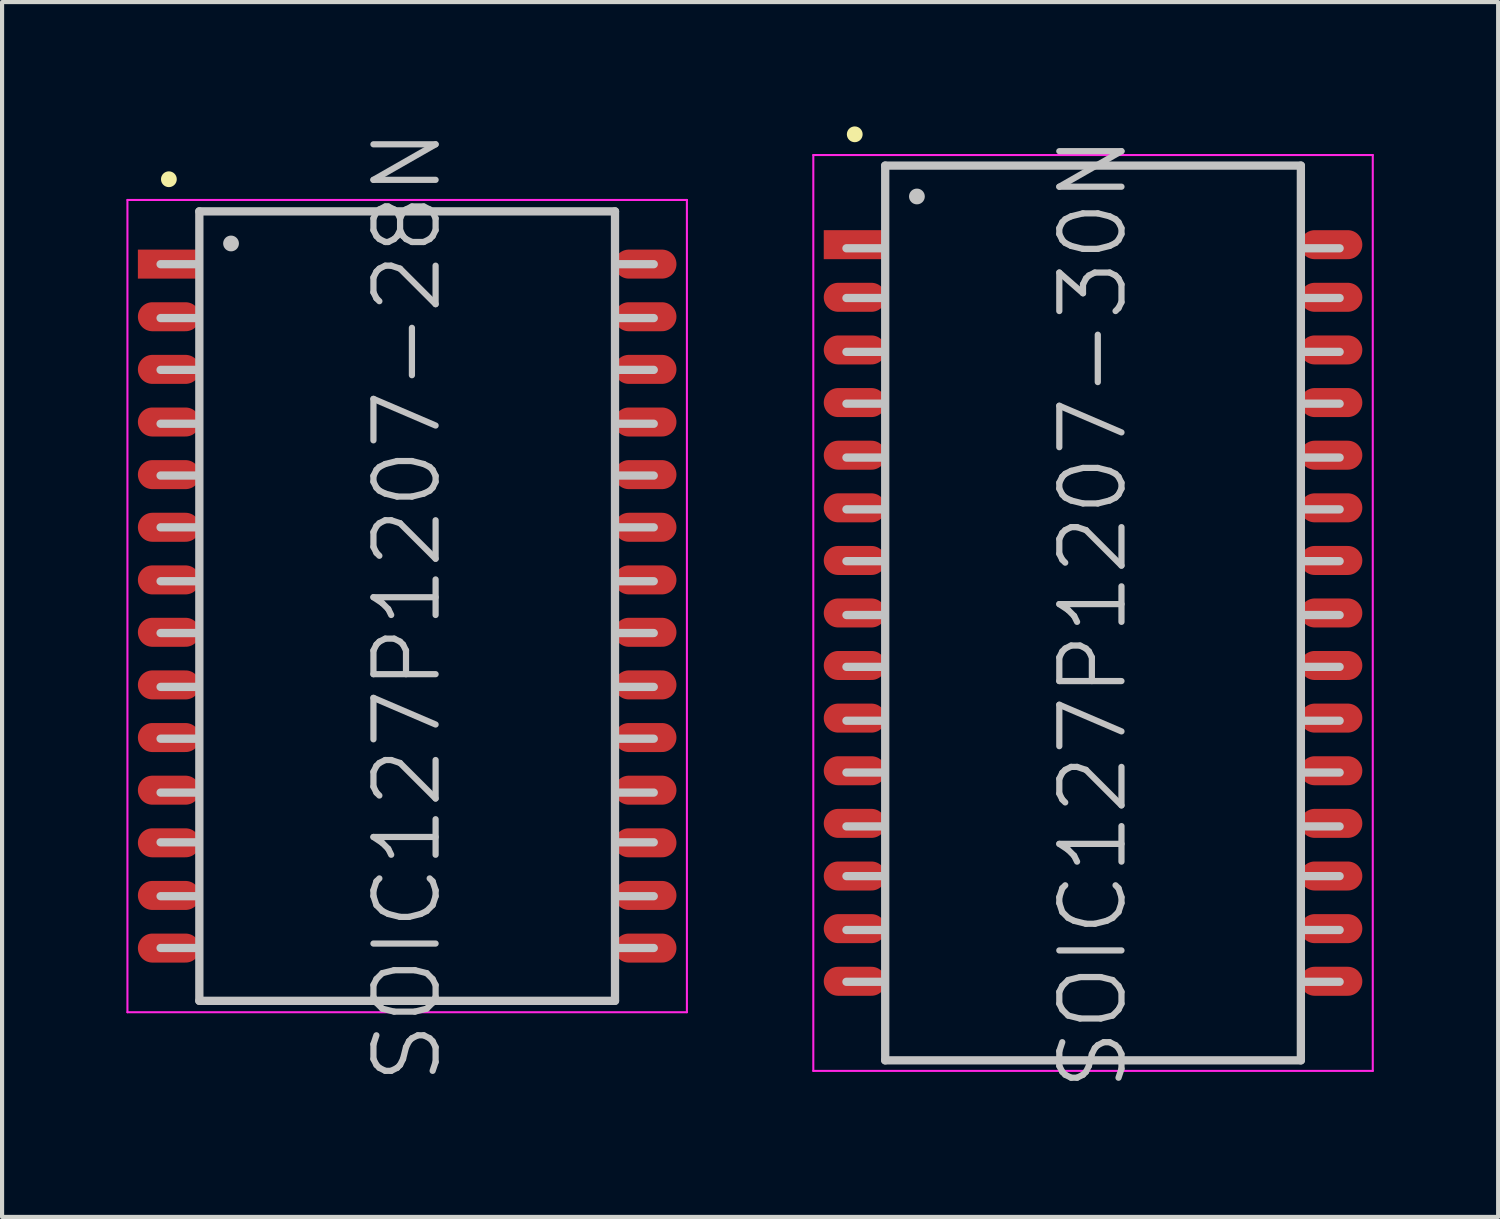
<source format=kicad_pcb>
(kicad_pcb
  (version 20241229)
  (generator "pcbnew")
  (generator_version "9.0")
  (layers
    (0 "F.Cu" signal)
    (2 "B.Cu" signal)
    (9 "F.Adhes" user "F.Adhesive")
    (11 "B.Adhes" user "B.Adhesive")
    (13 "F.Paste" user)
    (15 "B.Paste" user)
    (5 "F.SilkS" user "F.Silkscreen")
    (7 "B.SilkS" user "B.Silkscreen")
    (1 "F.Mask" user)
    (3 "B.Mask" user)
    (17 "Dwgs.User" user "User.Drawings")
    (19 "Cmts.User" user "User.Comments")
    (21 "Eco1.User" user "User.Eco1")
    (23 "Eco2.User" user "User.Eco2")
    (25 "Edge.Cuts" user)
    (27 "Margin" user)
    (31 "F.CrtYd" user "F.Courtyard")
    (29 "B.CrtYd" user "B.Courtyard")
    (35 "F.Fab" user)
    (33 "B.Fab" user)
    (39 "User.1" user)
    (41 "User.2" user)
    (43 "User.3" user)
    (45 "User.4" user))
  (footprint "SOIC127P1207-30N"
    (layer "F.Cu")
    (at 23.325 11.741)
    (property "Reference" "SOIC127P1207-30N" (at 0 0 90) (layer "Dwgs.User") (effects (font (size 1.5 1.5) (thickness 0.15))))
    (attr smd)
    (fp_line (start -5.75 -11.55) (end -5.75 -11.55) (stroke (width 0.381) (type solid)) (layer "F.SilkS"))
    (fp_line (start -5.05 -8.8) (end -5.95 -8.8) (stroke (width 0.2) (type solid)) (layer "Dwgs.User"))
    (fp_line (start -5.05 -7.6) (end -5.95 -7.6) (stroke (width 0.2) (type solid)) (layer "Dwgs.User"))
    (fp_line (start -5.05 -6.3) (end -5.95 -6.3) (stroke (width 0.2) (type solid)) (layer "Dwgs.User"))
    (fp_line (start -5.05 -5.05) (end -5.95 -5.05) (stroke (width 0.2) (type solid)) (layer "Dwgs.User"))
    (fp_line (start -5.05 -3.75) (end -5.95 -3.75) (stroke (width 0.2) (type solid)) (layer "Dwgs.User"))
    (fp_line (start -5.05 -2.5) (end -5.95 -2.5) (stroke (width 0.2) (type solid)) (layer "Dwgs.User"))
    (fp_line (start -5.05 -1.25) (end -5.95 -1.25) (stroke (width 0.2) (type solid)) (layer "Dwgs.User"))
    (fp_line (start -5.05 0.05) (end -5.95 0.05) (stroke (width 0.2) (type solid)) (layer "Dwgs.User"))
    (fp_line (start -5.05 1.3) (end -5.95 1.3) (stroke (width 0.2) (type solid)) (layer "Dwgs.User"))
    (fp_line (start -5.05 2.6) (end -5.95 2.6) (stroke (width 0.2) (type solid)) (layer "Dwgs.User"))
    (fp_line (start -5.05 3.85) (end -5.95 3.85) (stroke (width 0.2) (type solid)) (layer "Dwgs.User"))
    (fp_line (start -5.05 5.15) (end -5.95 5.15) (stroke (width 0.2) (type solid)) (layer "Dwgs.User"))
    (fp_line (start -5.05 6.35) (end -5.95 6.35) (stroke (width 0.2) (type solid)) (layer "Dwgs.User"))
    (fp_line (start -5.05 7.65) (end -5.95 7.65) (stroke (width 0.2) (type solid)) (layer "Dwgs.User"))
    (fp_line (start -5.05 8.9) (end -5.95 8.9) (stroke (width 0.2) (type solid)) (layer "Dwgs.User"))
    (fp_line (start -5.015 -10.795) (end -5.015 10.795) (stroke (width 0.2) (type solid)) (layer "Dwgs.User"))
    (fp_line (start -5.015 -10.795) (end 5.015 -10.795) (stroke (width 0.2) (type solid)) (layer "Dwgs.User"))
    (fp_line (start -5.015 10.795) (end 5.015 10.795) (stroke (width 0.2) (type solid)) (layer "Dwgs.User"))
    (fp_line (start -4.25 -10.05) (end -4.25 -10.05) (stroke (width 0.381) (type solid)) (layer "Dwgs.User"))
    (fp_line (start 5.015 -10.795) (end 5.015 10.795) (stroke (width 0.2) (type solid)) (layer "Dwgs.User"))
    (fp_line (start 5.95 -8.8) (end 5.05 -8.8) (stroke (width 0.2) (type solid)) (layer "Dwgs.User"))
    (fp_line (start 5.95 -7.6) (end 5.05 -7.6) (stroke (width 0.2) (type solid)) (layer "Dwgs.User"))
    (fp_line (start 5.95 -6.3) (end 5.05 -6.3) (stroke (width 0.2) (type solid)) (layer "Dwgs.User"))
    (fp_line (start 5.95 -5.05) (end 5.05 -5.05) (stroke (width 0.2) (type solid)) (layer "Dwgs.User"))
    (fp_line (start 5.95 -3.75) (end 5.05 -3.75) (stroke (width 0.2) (type solid)) (layer "Dwgs.User"))
    (fp_line (start 5.95 -2.5) (end 5.05 -2.5) (stroke (width 0.2) (type solid)) (layer "Dwgs.User"))
    (fp_line (start 5.95 -1.25) (end 5.05 -1.25) (stroke (width 0.2) (type solid)) (layer "Dwgs.User"))
    (fp_line (start 5.95 0.05) (end 5.05 0.05) (stroke (width 0.2) (type solid)) (layer "Dwgs.User"))
    (fp_line (start 5.95 1.3) (end 5.05 1.3) (stroke (width 0.2) (type solid)) (layer "Dwgs.User"))
    (fp_line (start 5.95 2.6) (end 5.05 2.6) (stroke (width 0.2) (type solid)) (layer "Dwgs.User"))
    (fp_line (start 5.95 3.85) (end 5.05 3.85) (stroke (width 0.2) (type solid)) (layer "Dwgs.User"))
    (fp_line (start 5.95 5.15) (end 5.05 5.15) (stroke (width 0.2) (type solid)) (layer "Dwgs.User"))
    (fp_line (start 5.95 6.35) (end 5.05 6.35) (stroke (width 0.2) (type solid)) (layer "Dwgs.User"))
    (fp_line (start 5.95 7.65) (end 5.05 7.65) (stroke (width 0.2) (type solid)) (layer "Dwgs.User"))
    (fp_line (start 5.95 8.9) (end 5.05 8.9) (stroke (width 0.2) (type solid)) (layer "Dwgs.User"))
    (fp_line (start -6.75 -11.05) (end -6.75 11.05) (stroke (width 0.05) (type solid)) (layer "F.CrtYd"))
    (fp_line (start -6.75 -11.05) (end 6.75 -11.05) (stroke (width 0.05) (type solid)) (layer "F.CrtYd"))
    (fp_line (start -6.75 11.05) (end 6.75 11.05) (stroke (width 0.05) (type solid)) (layer "F.CrtYd"))
    (fp_line (start 6.75 -11.05) (end 6.75 11.05) (stroke (width 0.05) (type solid)) (layer "F.CrtYd"))
    (pad "1" smd rect (at -5.748 -8.887 90) (size 0.7 1.5) (layers "F.Cu" "F.Mask" "F.Paste"))
    (pad "2" smd oval (at -5.748 -7.617 90) (size 0.7 1.5) (layers "F.Cu" "F.Mask" "F.Paste"))
    (pad "3" smd oval (at -5.748 -6.347 90) (size 0.7 1.5) (layers "F.Cu" "F.Mask" "F.Paste"))
    (pad "4" smd oval (at -5.748 -5.077 90) (size 0.7 1.5) (layers "F.Cu" "F.Mask" "F.Paste"))
    (pad "5" smd oval (at -5.748 -3.807 90) (size 0.7 1.5) (layers "F.Cu" "F.Mask" "F.Paste"))
    (pad "6" smd oval (at -5.748 -2.537 90) (size 0.7 1.5) (layers "F.Cu" "F.Mask" "F.Paste"))
    (pad "7" smd oval (at -5.748 -1.267 90) (size 0.7 1.5) (layers "F.Cu" "F.Mask" "F.Paste"))
    (pad "8" smd oval (at -5.748 0 90) (size 0.7 1.5) (layers "F.Cu" "F.Mask" "F.Paste"))
    (pad "9" smd oval (at -5.748 1.267 90) (size 0.7 1.5) (layers "F.Cu" "F.Mask" "F.Paste"))
    (pad "10" smd oval (at -5.748 2.537 90) (size 0.7 1.5) (layers "F.Cu" "F.Mask" "F.Paste"))
    (pad "11" smd oval (at -5.748 3.807 90) (size 0.7 1.5) (layers "F.Cu" "F.Mask" "F.Paste"))
    (pad "12" smd oval (at -5.748 5.077 90) (size 0.7 1.5) (layers "F.Cu" "F.Mask" "F.Paste"))
    (pad "13" smd oval (at -5.748 6.347 90) (size 0.7 1.5) (layers "F.Cu" "F.Mask" "F.Paste"))
    (pad "14" smd oval (at -5.748 7.617 90) (size 0.7 1.5) (layers "F.Cu" "F.Mask" "F.Paste"))
    (pad "15" smd oval (at -5.748 8.887 90) (size 0.7 1.5) (layers "F.Cu" "F.Mask" "F.Paste"))
    (pad "16" smd oval (at 5.748 8.887 270) (size 0.7 1.5) (layers "F.Cu" "F.Mask" "F.Paste"))
    (pad "17" smd oval (at 5.748 7.617 270) (size 0.7 1.5) (layers "F.Cu" "F.Mask" "F.Paste"))
    (pad "18" smd oval (at 5.748 6.347 270) (size 0.7 1.5) (layers "F.Cu" "F.Mask" "F.Paste"))
    (pad "19" smd oval (at 5.748 5.077 270) (size 0.7 1.5) (layers "F.Cu" "F.Mask" "F.Paste"))
    (pad "20" smd oval (at 5.748 3.807 270) (size 0.7 1.5) (layers "F.Cu" "F.Mask" "F.Paste"))
    (pad "21" smd oval (at 5.748 2.537 270) (size 0.7 1.5) (layers "F.Cu" "F.Mask" "F.Paste"))
    (pad "22" smd oval (at 5.748 1.267 270) (size 0.7 1.5) (layers "F.Cu" "F.Mask" "F.Paste"))
    (pad "23" smd oval (at 5.748 0 270) (size 0.7 1.5) (layers "F.Cu" "F.Mask" "F.Paste"))
    (pad "24" smd oval (at 5.748 -1.267 270) (size 0.7 1.5) (layers "F.Cu" "F.Mask" "F.Paste"))
    (pad "25" smd oval (at 5.748 -2.537 270) (size 0.7 1.5) (layers "F.Cu" "F.Mask" "F.Paste"))
    (pad "26" smd oval (at 5.748 -3.807 270) (size 0.7 1.5) (layers "F.Cu" "F.Mask" "F.Paste"))
    (pad "27" smd oval (at 5.748 -5.077 270) (size 0.7 1.5) (layers "F.Cu" "F.Mask" "F.Paste"))
    (pad "28" smd oval (at 5.748 -6.347 270) (size 0.7 1.5) (layers "F.Cu" "F.Mask" "F.Paste"))
    (pad "29" smd oval (at 5.748 -7.617 270) (size 0.7 1.5) (layers "F.Cu" "F.Mask" "F.Paste"))
    (pad "30" smd oval (at 5.748 -8.887 270) (size 0.7 1.5) (layers "F.Cu" "F.Mask" "F.Paste")))
  (footprint "SOIC127P1207-28N"
    (layer "F.Cu")
    (at 6.775 11.575)
    (property "Reference" "SOIC127P1207-28N" (at 0 0 90) (layer "Dwgs.User") (effects (font (size 1.5 1.5) (thickness 0.15))))
    (attr smd)
    (fp_line (start -5.75 -10.3) (end -5.75 -10.3) (stroke (width 0.381) (type solid)) (layer "F.SilkS"))
    (fp_line (start -5.05 -8.25) (end -5.95 -8.25) (stroke (width 0.2) (type solid)) (layer "Dwgs.User"))
    (fp_line (start -5.05 -6.95) (end -5.95 -6.95) (stroke (width 0.2) (type solid)) (layer "Dwgs.User"))
    (fp_line (start -5.05 -5.7) (end -5.95 -5.7) (stroke (width 0.2) (type solid)) (layer "Dwgs.User"))
    (fp_line (start -5.05 -4.4) (end -5.95 -4.4) (stroke (width 0.2) (type solid)) (layer "Dwgs.User"))
    (fp_line (start -5.05 -3.15) (end -5.95 -3.15) (stroke (width 0.2) (type solid)) (layer "Dwgs.User"))
    (fp_line (start -5.05 -1.9) (end -5.95 -1.9) (stroke (width 0.2) (type solid)) (layer "Dwgs.User"))
    (fp_line (start -5.05 -0.6) (end -5.95 -0.6) (stroke (width 0.2) (type solid)) (layer "Dwgs.User"))
    (fp_line (start -5.05 0.65) (end -5.95 0.65) (stroke (width 0.2) (type solid)) (layer "Dwgs.User"))
    (fp_line (start -5.05 1.95) (end -5.95 1.95) (stroke (width 0.2) (type solid)) (layer "Dwgs.User"))
    (fp_line (start -5.05 3.2) (end -5.95 3.2) (stroke (width 0.2) (type solid)) (layer "Dwgs.User"))
    (fp_line (start -5.05 4.5) (end -5.95 4.5) (stroke (width 0.2) (type solid)) (layer "Dwgs.User"))
    (fp_line (start -5.05 5.7) (end -5.95 5.7) (stroke (width 0.2) (type solid)) (layer "Dwgs.User"))
    (fp_line (start -5.05 7) (end -5.95 7) (stroke (width 0.2) (type solid)) (layer "Dwgs.User"))
    (fp_line (start -5.05 8.25) (end -5.95 8.25) (stroke (width 0.2) (type solid)) (layer "Dwgs.User"))
    (fp_line (start -5.015 -9.525) (end -5.015 9.525) (stroke (width 0.2) (type solid)) (layer "Dwgs.User"))
    (fp_line (start -5.015 -9.525) (end 5.015 -9.525) (stroke (width 0.2) (type solid)) (layer "Dwgs.User"))
    (fp_line (start -5.015 9.525) (end 5.015 9.525) (stroke (width 0.2) (type solid)) (layer "Dwgs.User"))
    (fp_line (start -4.25 -8.75) (end -4.25 -8.75) (stroke (width 0.381) (type solid)) (layer "Dwgs.User"))
    (fp_line (start 5.015 -9.525) (end 5.015 9.525) (stroke (width 0.2) (type solid)) (layer "Dwgs.User"))
    (fp_line (start 5.95 -8.25) (end 5.05 -8.25) (stroke (width 0.2) (type solid)) (layer "Dwgs.User"))
    (fp_line (start 5.95 -6.95) (end 5.05 -6.95) (stroke (width 0.2) (type solid)) (layer "Dwgs.User"))
    (fp_line (start 5.95 -5.7) (end 5.05 -5.7) (stroke (width 0.2) (type solid)) (layer "Dwgs.User"))
    (fp_line (start 5.95 -4.4) (end 5.05 -4.4) (stroke (width 0.2) (type solid)) (layer "Dwgs.User"))
    (fp_line (start 5.95 -3.15) (end 5.05 -3.15) (stroke (width 0.2) (type solid)) (layer "Dwgs.User"))
    (fp_line (start 5.95 -1.9) (end 5.05 -1.9) (stroke (width 0.2) (type solid)) (layer "Dwgs.User"))
    (fp_line (start 5.95 -0.6) (end 5.05 -0.6) (stroke (width 0.2) (type solid)) (layer "Dwgs.User"))
    (fp_line (start 5.95 0.65) (end 5.05 0.65) (stroke (width 0.2) (type solid)) (layer "Dwgs.User"))
    (fp_line (start 5.95 1.95) (end 5.05 1.95) (stroke (width 0.2) (type solid)) (layer "Dwgs.User"))
    (fp_line (start 5.95 3.2) (end 5.05 3.2) (stroke (width 0.2) (type solid)) (layer "Dwgs.User"))
    (fp_line (start 5.95 4.5) (end 5.05 4.5) (stroke (width 0.2) (type solid)) (layer "Dwgs.User"))
    (fp_line (start 5.95 5.7) (end 5.05 5.7) (stroke (width 0.2) (type solid)) (layer "Dwgs.User"))
    (fp_line (start 5.95 7) (end 5.05 7) (stroke (width 0.2) (type solid)) (layer "Dwgs.User"))
    (fp_line (start 5.95 8.25) (end 5.05 8.25) (stroke (width 0.2) (type solid)) (layer "Dwgs.User"))
    (fp_line (start -6.75 -9.8) (end -6.75 9.8) (stroke (width 0.05) (type solid)) (layer "F.CrtYd"))
    (fp_line (start -6.75 -9.8) (end 6.75 -9.8) (stroke (width 0.05) (type solid)) (layer "F.CrtYd"))
    (fp_line (start -6.75 9.8) (end 6.75 9.8) (stroke (width 0.05) (type solid)) (layer "F.CrtYd"))
    (fp_line (start 6.75 -9.8) (end 6.75 9.8) (stroke (width 0.05) (type solid)) (layer "F.CrtYd"))
    (pad "1" smd rect (at -5.748 -8.252 90) (size 0.7 1.5) (layers "F.Cu" "F.Mask" "F.Paste"))
    (pad "2" smd oval (at -5.748 -6.982 90) (size 0.7 1.5) (layers "F.Cu" "F.Mask" "F.Paste"))
    (pad "3" smd oval (at -5.748 -5.712 90) (size 0.7 1.5) (layers "F.Cu" "F.Mask" "F.Paste"))
    (pad "4" smd oval (at -5.748 -4.442 90) (size 0.7 1.5) (layers "F.Cu" "F.Mask" "F.Paste"))
    (pad "5" smd oval (at -5.748 -3.172 90) (size 0.7 1.5) (layers "F.Cu" "F.Mask" "F.Paste"))
    (pad "6" smd oval (at -5.748 -1.902 90) (size 0.7 1.5) (layers "F.Cu" "F.Mask" "F.Paste"))
    (pad "7" smd oval (at -5.748 -0.632 90) (size 0.7 1.5) (layers "F.Cu" "F.Mask" "F.Paste"))
    (pad "8" smd oval (at -5.748 0.632 90) (size 0.7 1.5) (layers "F.Cu" "F.Mask" "F.Paste"))
    (pad "9" smd oval (at -5.748 1.902 90) (size 0.7 1.5) (layers "F.Cu" "F.Mask" "F.Paste"))
    (pad "10" smd oval (at -5.748 3.172 90) (size 0.7 1.5) (layers "F.Cu" "F.Mask" "F.Paste"))
    (pad "11" smd oval (at -5.748 4.442 90) (size 0.7 1.5) (layers "F.Cu" "F.Mask" "F.Paste"))
    (pad "12" smd oval (at -5.748 5.712 90) (size 0.7 1.5) (layers "F.Cu" "F.Mask" "F.Paste"))
    (pad "13" smd oval (at -5.748 6.982 90) (size 0.7 1.5) (layers "F.Cu" "F.Mask" "F.Paste"))
    (pad "14" smd oval (at -5.748 8.252 90) (size 0.7 1.5) (layers "F.Cu" "F.Mask" "F.Paste"))
    (pad "15" smd oval (at 5.748 8.252 270) (size 0.7 1.5) (layers "F.Cu" "F.Mask" "F.Paste"))
    (pad "16" smd oval (at 5.748 6.982 270) (size 0.7 1.5) (layers "F.Cu" "F.Mask" "F.Paste"))
    (pad "17" smd oval (at 5.748 5.712 270) (size 0.7 1.5) (layers "F.Cu" "F.Mask" "F.Paste"))
    (pad "18" smd oval (at 5.748 4.442 270) (size 0.7 1.5) (layers "F.Cu" "F.Mask" "F.Paste"))
    (pad "19" smd oval (at 5.748 3.172 270) (size 0.7 1.5) (layers "F.Cu" "F.Mask" "F.Paste"))
    (pad "20" smd oval (at 5.748 1.902 270) (size 0.7 1.5) (layers "F.Cu" "F.Mask" "F.Paste"))
    (pad "21" smd oval (at 5.748 0.632 270) (size 0.7 1.5) (layers "F.Cu" "F.Mask" "F.Paste"))
    (pad "22" smd oval (at 5.748 -0.632 270) (size 0.7 1.5) (layers "F.Cu" "F.Mask" "F.Paste"))
    (pad "23" smd oval (at 5.748 -1.902 270) (size 0.7 1.5) (layers "F.Cu" "F.Mask" "F.Paste"))
    (pad "24" smd oval (at 5.748 -3.172 270) (size 0.7 1.5) (layers "F.Cu" "F.Mask" "F.Paste"))
    (pad "25" smd oval (at 5.748 -4.442 270) (size 0.7 1.5) (layers "F.Cu" "F.Mask" "F.Paste"))
    (pad "26" smd oval (at 5.748 -5.712 270) (size 0.7 1.5) (layers "F.Cu" "F.Mask" "F.Paste"))
    (pad "27" smd oval (at 5.748 -6.982 270) (size 0.7 1.5) (layers "F.Cu" "F.Mask" "F.Paste"))
    (pad "28" smd oval (at 5.748 -8.252 270) (size 0.7 1.5) (layers "F.Cu" "F.Mask" "F.Paste")))
  (gr_rect
    (start -3 -3)
    (end 33.1 26.315)
    (stroke (width 0.1) (type default))
    (fill no)
    (layer "Edge.Cuts")))
</source>
